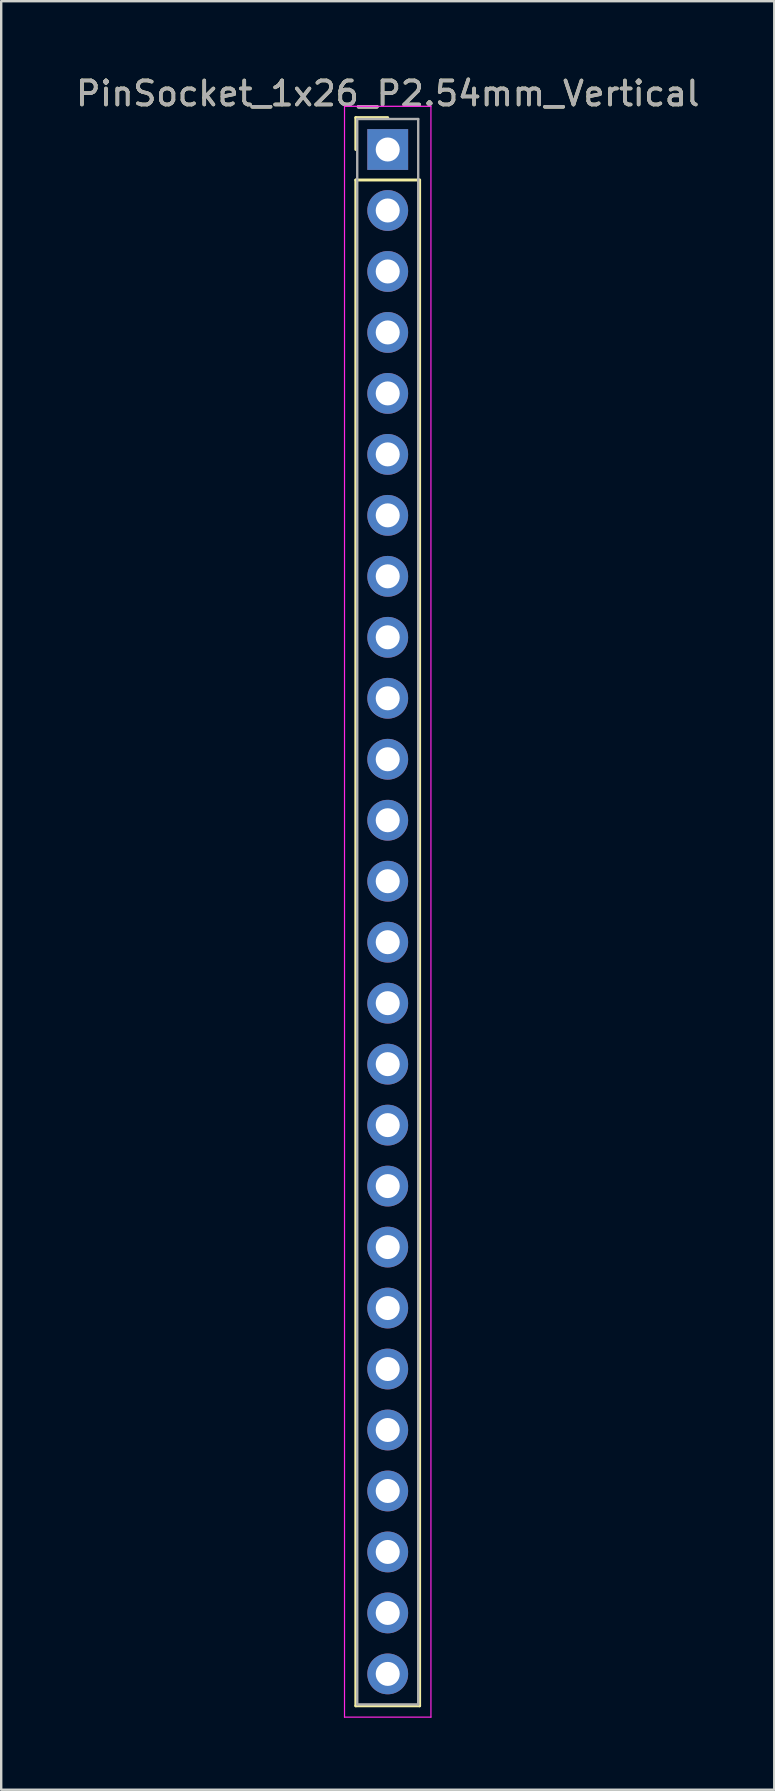
<source format=kicad_pcb>
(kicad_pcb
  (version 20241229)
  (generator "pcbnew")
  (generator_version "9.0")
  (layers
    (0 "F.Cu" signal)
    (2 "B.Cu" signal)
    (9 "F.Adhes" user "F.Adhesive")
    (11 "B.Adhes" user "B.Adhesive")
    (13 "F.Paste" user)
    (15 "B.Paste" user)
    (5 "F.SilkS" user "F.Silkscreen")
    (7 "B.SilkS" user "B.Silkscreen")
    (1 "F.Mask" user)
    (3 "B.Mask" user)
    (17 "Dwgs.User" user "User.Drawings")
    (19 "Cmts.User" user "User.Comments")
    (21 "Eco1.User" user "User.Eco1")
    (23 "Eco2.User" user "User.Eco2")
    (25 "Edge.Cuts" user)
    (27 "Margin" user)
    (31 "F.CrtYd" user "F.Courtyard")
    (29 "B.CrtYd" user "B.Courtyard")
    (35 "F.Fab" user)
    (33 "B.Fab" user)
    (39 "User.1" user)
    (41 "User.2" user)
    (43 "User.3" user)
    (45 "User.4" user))
  (footprint "PinSocket_1x26_P2.54mm_Vertical"
    (layer "F.Cu")
    (at 13.101 3.178)
    (property "Reference" "PinSocket_1x26_P2.54mm_Vertical" (at 0 -2.33 0) (layer "F.SilkS") (effects (font (size 1 1) (thickness 0.15))))
    (attr through_hole)
    (fp_line (start -1.33 -1.33) (end 0 -1.33) (stroke (width 0.12) (type solid)) (layer "F.SilkS"))
    (fp_line (start -1.33 0) (end -1.33 -1.33) (stroke (width 0.12) (type solid)) (layer "F.SilkS"))
    (fp_line (start -1.33 1.27) (end -1.33 64.83) (stroke (width 0.12) (type solid)) (layer "F.SilkS"))
    (fp_line (start -1.33 64.83) (end 1.33 64.83) (stroke (width 0.12) (type solid)) (layer "F.SilkS"))
    (fp_line (start 1.33 1.27) (end -1.33 1.27) (stroke (width 0.12) (type solid)) (layer "F.SilkS"))
    (fp_line (start 1.33 64.83) (end 1.33 1.27) (stroke (width 0.12) (type solid)) (layer "F.SilkS"))
    (fp_line (start -1.8 -1.8) (end -1.8 65.3) (stroke (width 0.05) (type solid)) (layer "F.CrtYd"))
    (fp_line (start -1.8 65.3) (end 1.8 65.3) (stroke (width 0.05) (type solid)) (layer "F.CrtYd"))
    (fp_line (start 1.8 -1.8) (end -1.8 -1.8) (stroke (width 0.05) (type solid)) (layer "F.CrtYd"))
    (fp_line (start 1.8 65.3) (end 1.8 -1.8) (stroke (width 0.05) (type solid)) (layer "F.CrtYd"))
    (fp_line (start -1.27 -1.27) (end -1.27 64.77) (stroke (width 0.1) (type solid)) (layer "F.Fab"))
    (fp_line (start -1.27 64.77) (end 1.27 64.77) (stroke (width 0.1) (type solid)) (layer "F.Fab"))
    (fp_line (start 1.27 -1.27) (end -1.27 -1.27) (stroke (width 0.1) (type solid)) (layer "F.Fab"))
    (fp_line (start 1.27 64.77) (end 1.27 -1.27) (stroke (width 0.1) (type solid)) (layer "F.Fab"))
    (fp_text user "${REFERENCE}" (at 0 -2.33 0) (layer "F.Fab") (effects (font (size 1 1) (thickness 0.15))))
    (pad "1" thru_hole rect (at 0 0) (size 1.7 1.7) (drill 1) (layers "*.Cu" "*.Mask"))
    (pad "2" thru_hole oval (at 0 2.54) (size 1.7 1.7) (drill 1) (layers "*.Cu" "*.Mask"))
    (pad "3" thru_hole oval (at 0 5.08) (size 1.7 1.7) (drill 1) (layers "*.Cu" "*.Mask"))
    (pad "4" thru_hole oval (at 0 7.62) (size 1.7 1.7) (drill 1) (layers "*.Cu" "*.Mask"))
    (pad "5" thru_hole oval (at 0 10.16) (size 1.7 1.7) (drill 1) (layers "*.Cu" "*.Mask"))
    (pad "6" thru_hole oval (at 0 12.7) (size 1.7 1.7) (drill 1) (layers "*.Cu" "*.Mask"))
    (pad "7" thru_hole oval (at 0 15.24) (size 1.7 1.7) (drill 1) (layers "*.Cu" "*.Mask"))
    (pad "8" thru_hole oval (at 0 17.78) (size 1.7 1.7) (drill 1) (layers "*.Cu" "*.Mask"))
    (pad "9" thru_hole oval (at 0 20.32) (size 1.7 1.7) (drill 1) (layers "*.Cu" "*.Mask"))
    (pad "10" thru_hole oval (at 0 22.86) (size 1.7 1.7) (drill 1) (layers "*.Cu" "*.Mask"))
    (pad "11" thru_hole oval (at 0 25.4) (size 1.7 1.7) (drill 1) (layers "*.Cu" "*.Mask"))
    (pad "12" thru_hole oval (at 0 27.94) (size 1.7 1.7) (drill 1) (layers "*.Cu" "*.Mask"))
    (pad "13" thru_hole oval (at 0 30.48) (size 1.7 1.7) (drill 1) (layers "*.Cu" "*.Mask"))
    (pad "14" thru_hole oval (at 0 33.02) (size 1.7 1.7) (drill 1) (layers "*.Cu" "*.Mask"))
    (pad "15" thru_hole oval (at 0 35.56) (size 1.7 1.7) (drill 1) (layers "*.Cu" "*.Mask"))
    (pad "16" thru_hole oval (at 0 38.1) (size 1.7 1.7) (drill 1) (layers "*.Cu" "*.Mask"))
    (pad "17" thru_hole oval (at 0 40.64) (size 1.7 1.7) (drill 1) (layers "*.Cu" "*.Mask"))
    (pad "18" thru_hole oval (at 0 43.18) (size 1.7 1.7) (drill 1) (layers "*.Cu" "*.Mask"))
    (pad "19" thru_hole oval (at 0 45.72) (size 1.7 1.7) (drill 1) (layers "*.Cu" "*.Mask"))
    (pad "20" thru_hole oval (at 0 48.26) (size 1.7 1.7) (drill 1) (layers "*.Cu" "*.Mask"))
    (pad "21" thru_hole oval (at 0 50.8) (size 1.7 1.7) (drill 1) (layers "*.Cu" "*.Mask"))
    (pad "22" thru_hole oval (at 0 53.34) (size 1.7 1.7) (drill 1) (layers "*.Cu" "*.Mask"))
    (pad "23" thru_hole oval (at 0 55.88) (size 1.7 1.7) (drill 1) (layers "*.Cu" "*.Mask"))
    (pad "24" thru_hole oval (at 0 58.42) (size 1.7 1.7) (drill 1) (layers "*.Cu" "*.Mask"))
    (pad "25" thru_hole oval (at 0 60.96) (size 1.7 1.7) (drill 1) (layers "*.Cu" "*.Mask"))
    (pad "26" thru_hole oval (at 0 63.5) (size 1.7 1.7) (drill 1) (layers "*.Cu" "*.Mask")))
  (gr_rect
    (start -3 -3)
    (end 29.202 71.503)
    (stroke (width 0.1) (type default))
    (fill no)
    (layer "Edge.Cuts")))
</source>
